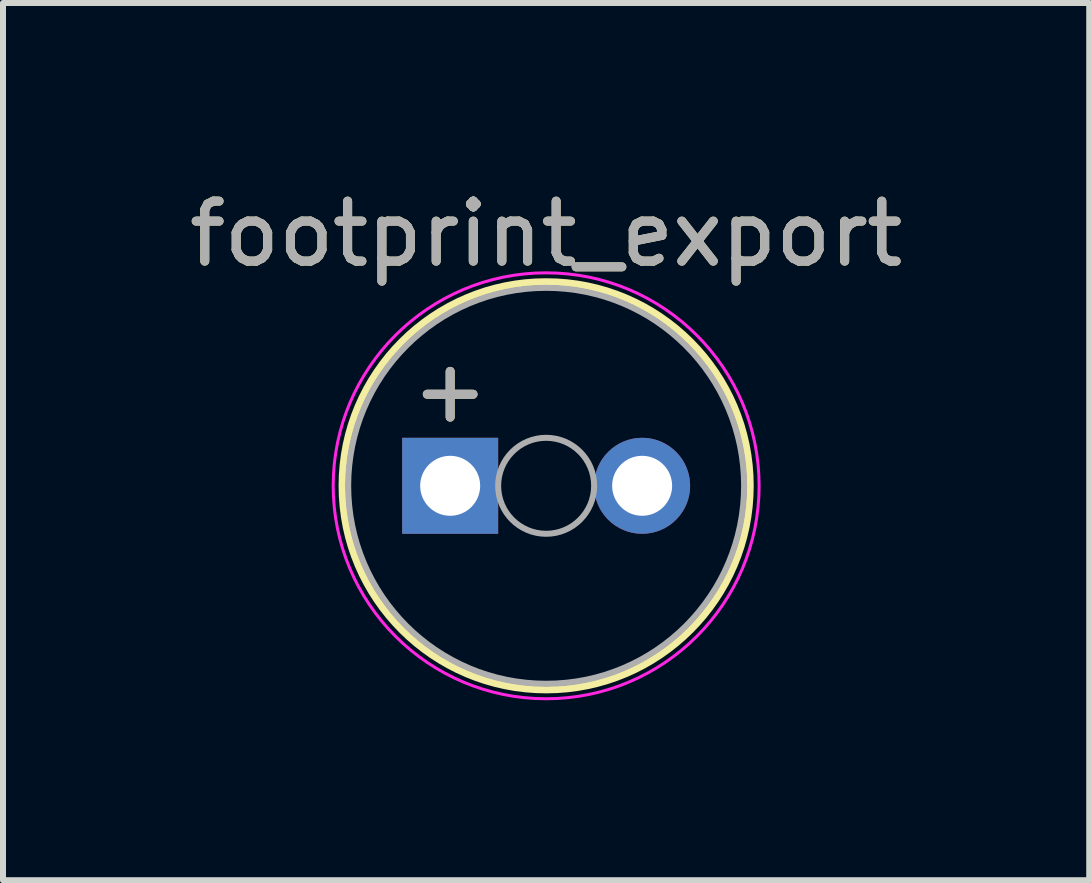
<source format=kicad_pcb>
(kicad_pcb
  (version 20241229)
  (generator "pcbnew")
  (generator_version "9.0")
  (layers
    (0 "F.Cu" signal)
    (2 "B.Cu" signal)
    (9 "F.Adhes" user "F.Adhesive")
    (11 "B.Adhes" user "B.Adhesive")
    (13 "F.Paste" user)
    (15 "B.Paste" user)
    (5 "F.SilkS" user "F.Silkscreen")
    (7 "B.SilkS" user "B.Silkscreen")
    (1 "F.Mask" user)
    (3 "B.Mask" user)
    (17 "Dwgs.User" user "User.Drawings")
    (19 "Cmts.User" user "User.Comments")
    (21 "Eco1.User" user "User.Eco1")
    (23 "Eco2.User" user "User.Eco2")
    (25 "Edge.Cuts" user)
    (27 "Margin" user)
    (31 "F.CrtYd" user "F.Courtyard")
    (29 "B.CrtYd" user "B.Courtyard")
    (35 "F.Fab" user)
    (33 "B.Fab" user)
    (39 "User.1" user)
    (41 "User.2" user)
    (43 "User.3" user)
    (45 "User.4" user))
  (footprint "footprint_export"
    (layer "F.Cu")
    (at 4.454 5.048)
    (property "Reference" "footprint_export" (at 1.6 -4.2 0) (layer "F.SilkS") (effects (font (size 1 1) (thickness 0.15))))
    (attr through_hole)
    (fp_circle (center 1.6 0) (end 5 0) (stroke (width 0.12) (type solid)) (fill no) (layer "F.SilkS"))
    (fp_circle (center 1.6 0) (end 5.15 0) (stroke (width 0.05) (type solid)) (fill no) (layer "F.CrtYd"))
    (fp_circle (center 1.6 0) (end 2.4 0) (stroke (width 0.1) (type solid)) (fill no) (layer "F.Fab"))
    (fp_circle (center 1.6 0) (end 4.9 0) (stroke (width 0.1) (type solid)) (fill no) (layer "F.Fab"))
    (fp_text user "+" (at 0 -1.6 0) (layer "F.SilkS") (effects (font (size 1 1) (thickness 0.15))))
    (fp_text user "+" (at 0 -1.6 0) (layer "F.Fab") (effects (font (size 1 1) (thickness 0.15))))
    (fp_text user "${REFERENCE}" (at 1.6 -4.2 0) (layer "F.Fab") (effects (font (size 1 1) (thickness 0.15))))
    (pad "1" thru_hole rect (at 0 0) (size 1.6 1.6) (drill 1) (layers "*.Cu" "*.Mask"))
    (pad "2" thru_hole circle (at 3.2 0) (size 1.6 1.6) (drill 1) (layers "*.Cu" "*.Mask")))
  (gr_rect
    (start -3 -3)
    (end 15.107 11.623)
    (stroke (width 0.1) (type default))
    (fill no)
    (layer "Edge.Cuts")))
</source>
